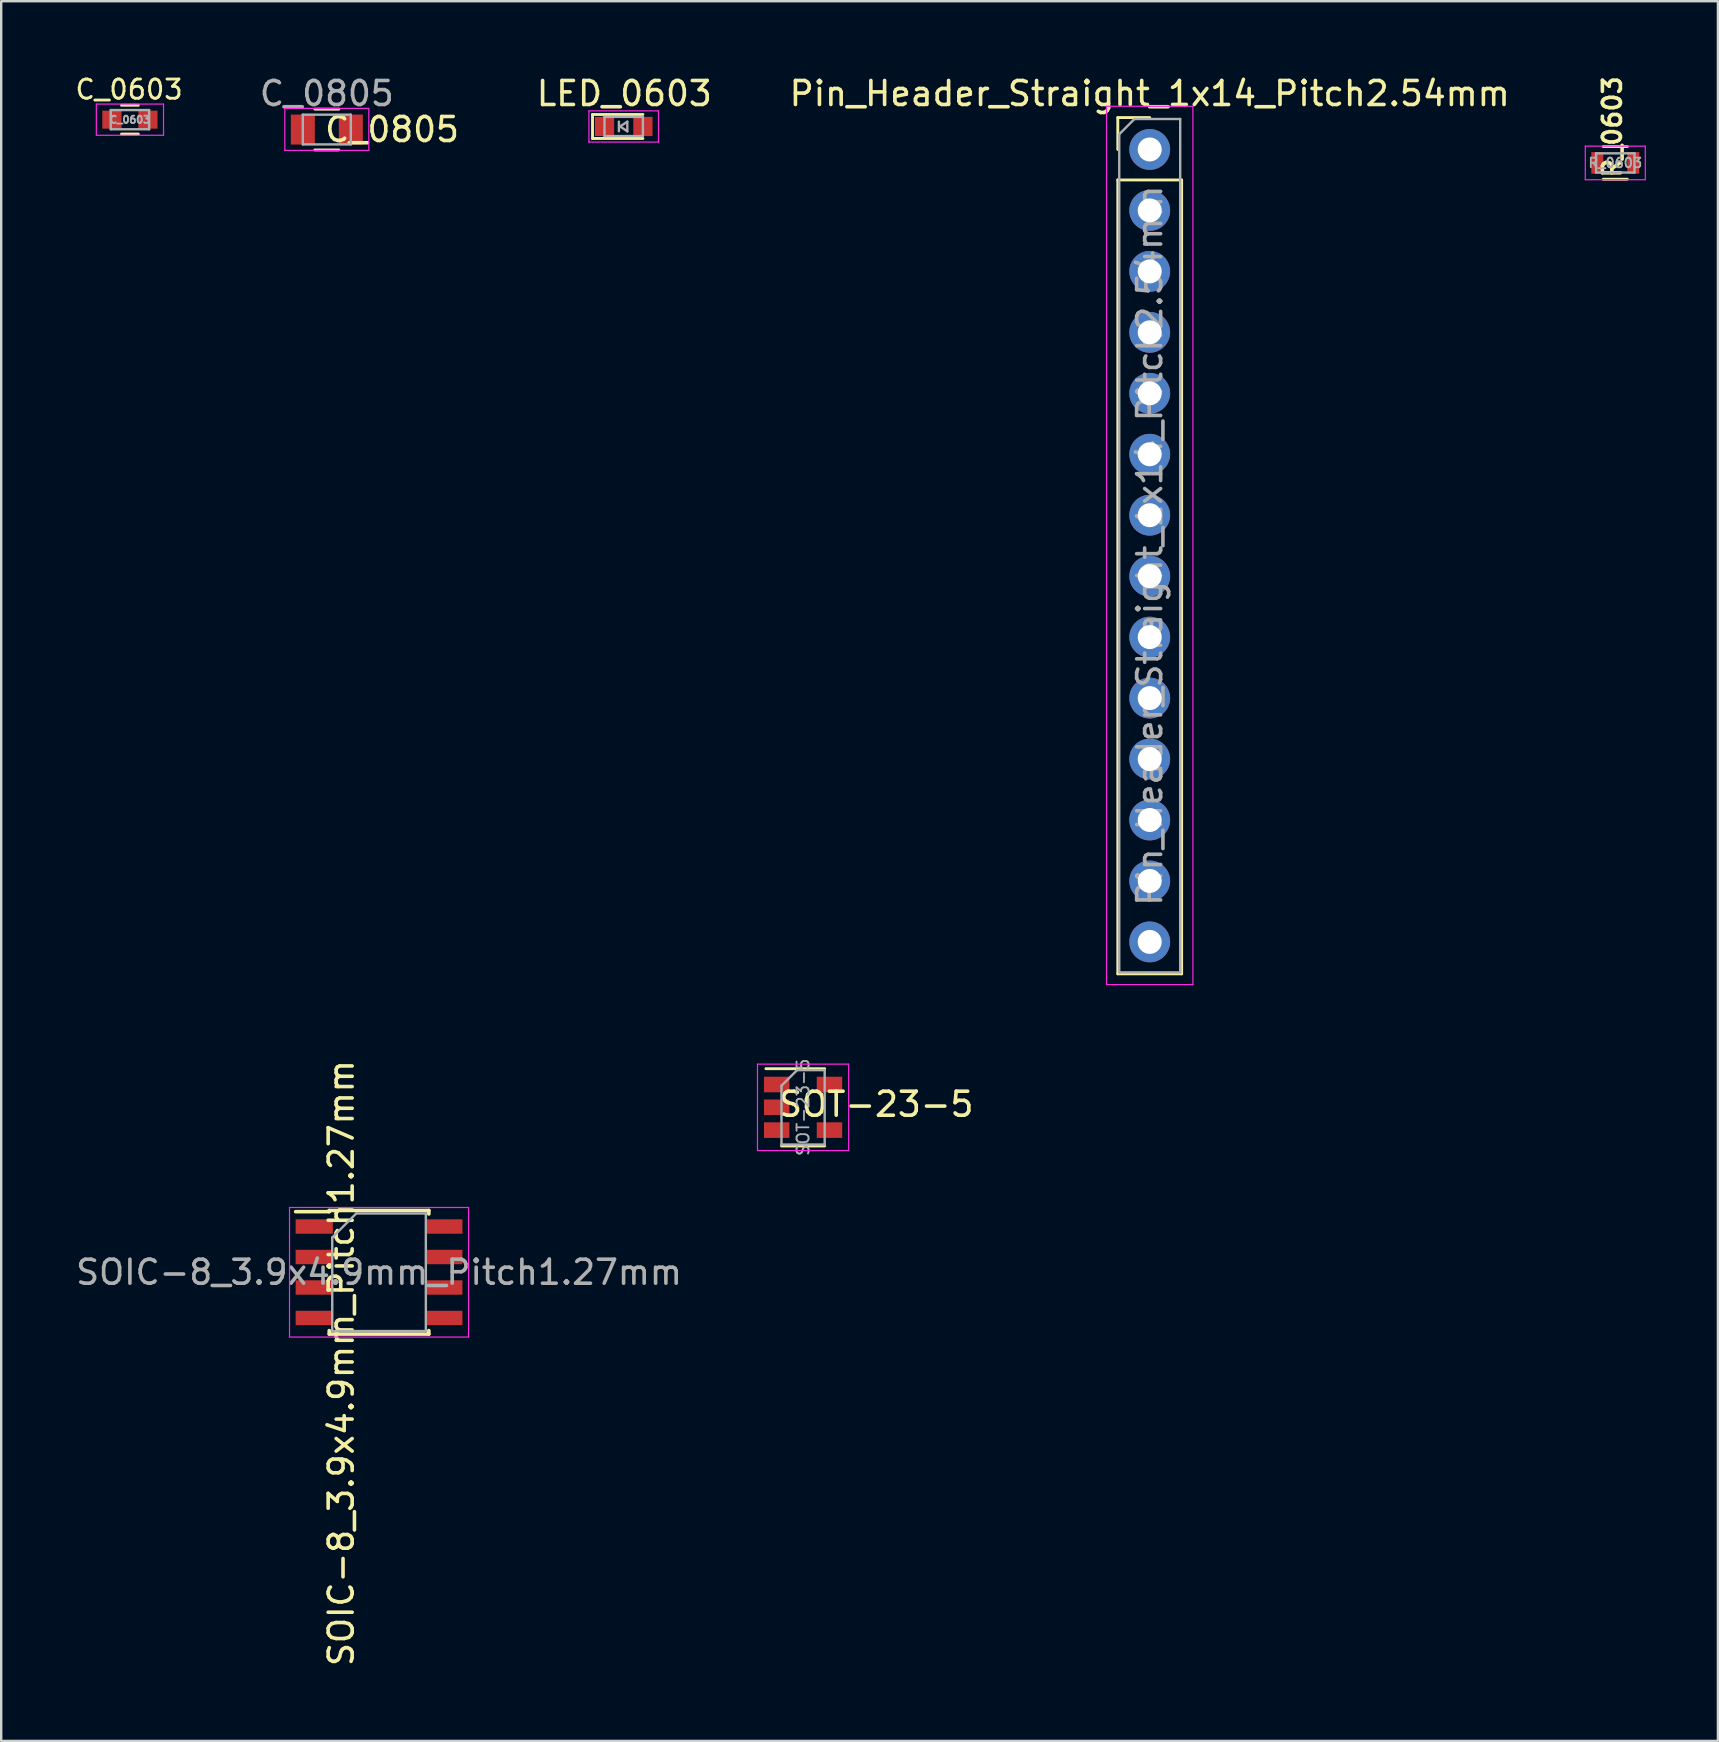
<source format=kicad_pcb>
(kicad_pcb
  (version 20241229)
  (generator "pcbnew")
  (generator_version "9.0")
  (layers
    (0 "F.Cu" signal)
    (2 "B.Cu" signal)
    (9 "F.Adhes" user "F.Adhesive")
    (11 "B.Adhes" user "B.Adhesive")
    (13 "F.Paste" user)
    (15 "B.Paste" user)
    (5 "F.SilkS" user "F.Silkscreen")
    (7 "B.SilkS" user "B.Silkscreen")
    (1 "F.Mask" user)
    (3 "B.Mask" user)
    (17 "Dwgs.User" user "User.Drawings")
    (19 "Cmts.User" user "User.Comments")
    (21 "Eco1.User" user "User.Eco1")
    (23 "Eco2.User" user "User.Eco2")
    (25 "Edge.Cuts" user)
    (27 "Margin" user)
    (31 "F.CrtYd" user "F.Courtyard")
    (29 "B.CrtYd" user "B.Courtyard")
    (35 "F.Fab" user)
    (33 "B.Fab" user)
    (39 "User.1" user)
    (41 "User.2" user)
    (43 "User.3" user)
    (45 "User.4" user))
  (footprint "Pin_Header_Straight_1x14_Pitch2.54mm"
    (layer "F.Cu")
    (at 44.857 3.178)
    (property "Reference" "Pin_Header_Straight_1x14_Pitch2.54mm" (at 0 -2.33 0) (layer "F.SilkS") (effects (font (size 1 1) (thickness 0.15))))
    (attr through_hole)
    (fp_line (start -1.33 -1.33) (end 0 -1.33) (stroke (width 0.12) (type solid)) (layer "F.SilkS"))
    (fp_line (start -1.33 0) (end -1.33 -1.33) (stroke (width 0.12) (type solid)) (layer "F.SilkS"))
    (fp_line (start -1.33 1.27) (end -1.33 34.35) (stroke (width 0.12) (type solid)) (layer "F.SilkS"))
    (fp_line (start -1.33 1.27) (end 1.33 1.27) (stroke (width 0.12) (type solid)) (layer "F.SilkS"))
    (fp_line (start -1.33 34.35) (end 1.33 34.35) (stroke (width 0.12) (type solid)) (layer "F.SilkS"))
    (fp_line (start 1.33 1.27) (end 1.33 34.35) (stroke (width 0.12) (type solid)) (layer "F.SilkS"))
    (fp_line (start -1.8 -1.8) (end -1.8 34.8) (stroke (width 0.05) (type solid)) (layer "F.CrtYd"))
    (fp_line (start -1.8 34.8) (end 1.8 34.8) (stroke (width 0.05) (type solid)) (layer "F.CrtYd"))
    (fp_line (start 1.8 -1.8) (end -1.8 -1.8) (stroke (width 0.05) (type solid)) (layer "F.CrtYd"))
    (fp_line (start 1.8 34.8) (end 1.8 -1.8) (stroke (width 0.05) (type solid)) (layer "F.CrtYd"))
    (fp_line (start -1.27 -0.635) (end -0.635 -1.27) (stroke (width 0.1) (type solid)) (layer "F.Fab"))
    (fp_line (start -1.27 34.29) (end -1.27 -0.635) (stroke (width 0.1) (type solid)) (layer "F.Fab"))
    (fp_line (start -0.635 -1.27) (end 1.27 -1.27) (stroke (width 0.1) (type solid)) (layer "F.Fab"))
    (fp_line (start 1.27 -1.27) (end 1.27 34.29) (stroke (width 0.1) (type solid)) (layer "F.Fab"))
    (fp_line (start 1.27 34.29) (end -1.27 34.29) (stroke (width 0.1) (type solid)) (layer "F.Fab"))
    (fp_text user "${REFERENCE}" (at 0 16.51 90) (layer "F.Fab") (effects (font (size 1 1) (thickness 0.15))))
    (pad "1" thru_hole circle (at 0 0) (size 1.7 1.7) (drill 1) (layers "*.Cu" "*.Mask"))
    (pad "2" thru_hole oval (at 0 2.54) (size 1.7 1.7) (drill 1) (layers "*.Cu" "*.Mask"))
    (pad "3" thru_hole oval (at 0 5.08) (size 1.7 1.7) (drill 1) (layers "*.Cu" "*.Mask"))
    (pad "4" thru_hole oval (at 0 7.62) (size 1.7 1.7) (drill 1) (layers "*.Cu" "*.Mask"))
    (pad "5" thru_hole oval (at 0 10.16) (size 1.7 1.7) (drill 1) (layers "*.Cu" "*.Mask"))
    (pad "6" thru_hole oval (at 0 12.7) (size 1.7 1.7) (drill 1) (layers "*.Cu" "*.Mask"))
    (pad "7" thru_hole oval (at 0 15.24) (size 1.7 1.7) (drill 1) (layers "*.Cu" "*.Mask"))
    (pad "8" thru_hole oval (at 0 17.78) (size 1.7 1.7) (drill 1) (layers "*.Cu" "*.Mask"))
    (pad "9" thru_hole oval (at 0 20.32) (size 1.7 1.7) (drill 1) (layers "*.Cu" "*.Mask"))
    (pad "10" thru_hole oval (at 0 22.86) (size 1.7 1.7) (drill 1) (layers "*.Cu" "*.Mask"))
    (pad "11" thru_hole oval (at 0 25.4) (size 1.7 1.7) (drill 1) (layers "*.Cu" "*.Mask"))
    (pad "12" thru_hole oval (at 0 27.94) (size 1.7 1.7) (drill 1) (layers "*.Cu" "*.Mask"))
    (pad "13" thru_hole oval (at 0 30.48) (size 1.7 1.7) (drill 1) (layers "*.Cu" "*.Mask"))
    (pad "14" thru_hole oval (at 0 33.02) (size 1.7 1.7) (drill 1) (layers "*.Cu" "*.Mask")))
  (footprint "C_0603"
    (layer "F.Cu")
    (at 2.364 1.936)
    (property "Reference" "C_0603" (at -0.036 -1.257 0) (layer "F.SilkS") (effects (font (size 0.8 0.8) (thickness 0.12))))
    (attr smd)
    (fp_line (start -0.35 -0.6) (end 0.35 -0.6) (stroke (width 0.12) (type solid)) (layer "F.SilkS"))
    (fp_line (start 0.35 0.6) (end -0.35 0.6) (stroke (width 0.12) (type solid)) (layer "F.SilkS"))
    (fp_line (start -1.4 -0.65) (end -1.4 0.65) (stroke (width 0.05) (type solid)) (layer "F.CrtYd"))
    (fp_line (start -1.4 -0.65) (end 1.4 -0.65) (stroke (width 0.05) (type solid)) (layer "F.CrtYd"))
    (fp_line (start 1.4 0.65) (end -1.4 0.65) (stroke (width 0.05) (type solid)) (layer "F.CrtYd"))
    (fp_line (start 1.4 0.65) (end 1.4 -0.65) (stroke (width 0.05) (type solid)) (layer "F.CrtYd"))
    (fp_line (start -0.8 -0.4) (end 0.8 -0.4) (stroke (width 0.1) (type solid)) (layer "F.Fab"))
    (fp_line (start -0.8 0.4) (end -0.8 -0.4) (stroke (width 0.1) (type solid)) (layer "F.Fab"))
    (fp_line (start 0.8 -0.4) (end 0.8 0.4) (stroke (width 0.1) (type solid)) (layer "F.Fab"))
    (fp_line (start 0.8 0.4) (end -0.8 0.4) (stroke (width 0.1) (type solid)) (layer "F.Fab"))
    (fp_text user "${REFERENCE}" (at 0 0 0) (layer "F.Fab") (effects (font (size 0.3 0.3) (thickness 0.075))))
    (pad "1" smd rect (at -0.75 0) (size 0.8 0.75) (layers "F.Cu" "F.Mask" "F.Paste"))
    (pad "2" smd rect (at 0.75 0) (size 0.8 0.75) (layers "F.Cu" "F.Mask" "F.Paste")))
  (footprint "R_0603"
    (layer "F.Cu")
    (at 64.257 3.738)
    (property "Reference" "R_0603" (at -0.127 -1.499 90) (layer "F.SilkS") (effects (font (size 0.75 0.75) (thickness 0.15))))
    (attr smd)
    (fp_line (start -0.5 -0.68) (end 0.5 -0.68) (stroke (width 0.12) (type solid)) (layer "F.SilkS"))
    (fp_line (start 0.5 0.68) (end -0.5 0.68) (stroke (width 0.12) (type solid)) (layer "F.SilkS"))
    (fp_line (start -1.25 -0.7) (end -1.25 0.7) (stroke (width 0.05) (type solid)) (layer "F.CrtYd"))
    (fp_line (start -1.25 -0.7) (end 1.25 -0.7) (stroke (width 0.05) (type solid)) (layer "F.CrtYd"))
    (fp_line (start 1.25 0.7) (end -1.25 0.7) (stroke (width 0.05) (type solid)) (layer "F.CrtYd"))
    (fp_line (start 1.25 0.7) (end 1.25 -0.7) (stroke (width 0.05) (type solid)) (layer "F.CrtYd"))
    (fp_line (start -0.8 -0.4) (end 0.8 -0.4) (stroke (width 0.1) (type solid)) (layer "F.Fab"))
    (fp_line (start -0.8 0.4) (end -0.8 -0.4) (stroke (width 0.1) (type solid)) (layer "F.Fab"))
    (fp_line (start 0.8 -0.4) (end 0.8 0.4) (stroke (width 0.1) (type solid)) (layer "F.Fab"))
    (fp_line (start 0.8 0.4) (end -0.8 0.4) (stroke (width 0.1) (type solid)) (layer "F.Fab"))
    (fp_text user "${REFERENCE}" (at 0 0 0) (layer "F.Fab") (effects (font (size 0.4 0.4) (thickness 0.075))))
    (pad "1" smd rect (at -0.75 0) (size 0.5 0.9) (layers "F.Cu" "F.Mask" "F.Paste"))
    (pad "2" smd rect (at 0.75 0) (size 0.5 0.9) (layers "F.Cu" "F.Mask" "F.Paste")))
  (footprint "C_0805"
    (layer "F.Cu")
    (at 10.568 2.348)
    (property "Reference" "C_0805" (at 2.718 0 0) (layer "F.SilkS") (effects (font (size 1 1) (thickness 0.15))))
    (attr smd)
    (fp_line (start -0.5 0.85) (end 0.5 0.85) (stroke (width 0.12) (type solid)) (layer "F.SilkS"))
    (fp_line (start 0.5 -0.85) (end -0.5 -0.85) (stroke (width 0.12) (type solid)) (layer "F.SilkS"))
    (fp_line (start -1.75 -0.88) (end -1.75 0.87) (stroke (width 0.05) (type solid)) (layer "F.CrtYd"))
    (fp_line (start -1.75 -0.88) (end 1.75 -0.88) (stroke (width 0.05) (type solid)) (layer "F.CrtYd"))
    (fp_line (start 1.75 0.87) (end -1.75 0.87) (stroke (width 0.05) (type solid)) (layer "F.CrtYd"))
    (fp_line (start 1.75 0.87) (end 1.75 -0.88) (stroke (width 0.05) (type solid)) (layer "F.CrtYd"))
    (fp_line (start -1 -0.62) (end 1 -0.62) (stroke (width 0.1) (type solid)) (layer "F.Fab"))
    (fp_line (start -1 0.62) (end -1 -0.62) (stroke (width 0.1) (type solid)) (layer "F.Fab"))
    (fp_line (start 1 -0.62) (end 1 0.62) (stroke (width 0.1) (type solid)) (layer "F.Fab"))
    (fp_line (start 1 0.62) (end -1 0.62) (stroke (width 0.1) (type solid)) (layer "F.Fab"))
    (fp_text user "${REFERENCE}" (at 0 -1.5 0) (layer "F.Fab") (effects (font (size 1 1) (thickness 0.15))))
    (pad "1" smd rect (at -1 0) (size 1 1.25) (layers "F.Cu" "F.Mask" "F.Paste"))
    (pad "2" smd rect (at 1 0) (size 1 1.25) (layers "F.Cu" "F.Mask" "F.Paste")))
  (footprint "SOIC-8_3.9x4.9mm_Pitch1.27mm"
    (layer "F.Cu")
    (at 12.744 49.963)
    (property "Reference" "SOIC-8_3.9x4.9mm_Pitch1.27mm" (at -1.575 3.785 90) (layer "F.SilkS") (effects (font (size 1 1) (thickness 0.15))))
    (attr smd)
    (fp_line (start -2.075 -2.575) (end -2.075 -2.525) (stroke (width 0.15) (type solid)) (layer "F.SilkS"))
    (fp_line (start -2.075 -2.575) (end 2.075 -2.575) (stroke (width 0.15) (type solid)) (layer "F.SilkS"))
    (fp_line (start -2.075 -2.525) (end -3.475 -2.525) (stroke (width 0.15) (type solid)) (layer "F.SilkS"))
    (fp_line (start -2.075 2.575) (end -2.075 2.43) (stroke (width 0.15) (type solid)) (layer "F.SilkS"))
    (fp_line (start -2.075 2.575) (end 2.075 2.575) (stroke (width 0.15) (type solid)) (layer "F.SilkS"))
    (fp_line (start 2.075 -2.575) (end 2.075 -2.43) (stroke (width 0.15) (type solid)) (layer "F.SilkS"))
    (fp_line (start 2.075 2.575) (end 2.075 2.43) (stroke (width 0.15) (type solid)) (layer "F.SilkS"))
    (fp_line (start -3.73 -2.7) (end -3.73 2.7) (stroke (width 0.05) (type solid)) (layer "F.CrtYd"))
    (fp_line (start -3.73 -2.7) (end 3.73 -2.7) (stroke (width 0.05) (type solid)) (layer "F.CrtYd"))
    (fp_line (start -3.73 2.7) (end 3.73 2.7) (stroke (width 0.05) (type solid)) (layer "F.CrtYd"))
    (fp_line (start 3.73 -2.7) (end 3.73 2.7) (stroke (width 0.05) (type solid)) (layer "F.CrtYd"))
    (fp_line (start -1.95 -1.45) (end -0.95 -2.45) (stroke (width 0.1) (type solid)) (layer "F.Fab"))
    (fp_line (start -1.95 2.45) (end -1.95 -1.45) (stroke (width 0.1) (type solid)) (layer "F.Fab"))
    (fp_line (start -0.95 -2.45) (end 1.95 -2.45) (stroke (width 0.1) (type solid)) (layer "F.Fab"))
    (fp_line (start 1.95 -2.45) (end 1.95 2.45) (stroke (width 0.1) (type solid)) (layer "F.Fab"))
    (fp_line (start 1.95 2.45) (end -1.95 2.45) (stroke (width 0.1) (type solid)) (layer "F.Fab"))
    (fp_text user "${REFERENCE}" (at 0 0 0) (layer "F.Fab") (effects (font (size 1 1) (thickness 0.15))))
    (pad "1" smd rect (at -2.7 -1.905) (size 1.55 0.6) (layers "F.Cu" "F.Mask" "F.Paste"))
    (pad "2" smd rect (at -2.7 -0.635) (size 1.55 0.6) (layers "F.Cu" "F.Mask" "F.Paste"))
    (pad "3" smd rect (at -2.7 0.635) (size 1.55 0.6) (layers "F.Cu" "F.Mask" "F.Paste"))
    (pad "4" smd rect (at -2.7 1.905) (size 1.55 0.6) (layers "F.Cu" "F.Mask" "F.Paste"))
    (pad "5" smd rect (at 2.7 1.905) (size 1.55 0.6) (layers "F.Cu" "F.Mask" "F.Paste"))
    (pad "6" smd rect (at 2.7 0.635) (size 1.55 0.6) (layers "F.Cu" "F.Mask" "F.Paste"))
    (pad "7" smd rect (at 2.7 -0.635) (size 1.55 0.6) (layers "F.Cu" "F.Mask" "F.Paste"))
    (pad "8" smd rect (at 2.7 -1.905) (size 1.55 0.6) (layers "F.Cu" "F.Mask" "F.Paste")))
  (footprint "LED_0603"
    (layer "F.Cu")
    (at 22.939 2.22)
    (property "Reference" "LED_0603" (at 0.025 -1.372 0) (layer "F.SilkS") (effects (font (size 1 1) (thickness 0.15))))
    (attr smd)
    (fp_line (start -1.3 -0.5) (end -1.3 0.5) (stroke (width 0.12) (type solid)) (layer "F.SilkS"))
    (fp_line (start -1.3 -0.5) (end 0.8 -0.5) (stroke (width 0.12) (type solid)) (layer "F.SilkS"))
    (fp_line (start -1.3 0.5) (end 0.8 0.5) (stroke (width 0.12) (type solid)) (layer "F.SilkS"))
    (fp_line (start -1.45 -0.65) (end 1.45 -0.65) (stroke (width 0.05) (type solid)) (layer "F.CrtYd"))
    (fp_line (start -1.45 0.65) (end -1.45 -0.65) (stroke (width 0.05) (type solid)) (layer "F.CrtYd"))
    (fp_line (start 1.45 -0.65) (end 1.45 0.65) (stroke (width 0.05) (type solid)) (layer "F.CrtYd"))
    (fp_line (start 1.45 0.65) (end -1.45 0.65) (stroke (width 0.05) (type solid)) (layer "F.CrtYd"))
    (fp_line (start -0.8 -0.4) (end 0.8 -0.4) (stroke (width 0.1) (type solid)) (layer "F.Fab"))
    (fp_line (start -0.8 0.4) (end -0.8 -0.4) (stroke (width 0.1) (type solid)) (layer "F.Fab"))
    (fp_line (start -0.2 -0.2) (end -0.2 0.2) (stroke (width 0.1) (type solid)) (layer "F.Fab"))
    (fp_line (start -0.15 0) (end 0.15 -0.2) (stroke (width 0.1) (type solid)) (layer "F.Fab"))
    (fp_line (start 0.15 -0.2) (end 0.15 0.2) (stroke (width 0.1) (type solid)) (layer "F.Fab"))
    (fp_line (start 0.15 0.2) (end -0.15 0) (stroke (width 0.1) (type solid)) (layer "F.Fab"))
    (fp_line (start 0.8 -0.4) (end 0.8 0.4) (stroke (width 0.1) (type solid)) (layer "F.Fab"))
    (fp_line (start 0.8 0.4) (end -0.8 0.4) (stroke (width 0.1) (type solid)) (layer "F.Fab"))
    (pad "1" smd rect (at -0.8 0 180) (size 0.8 0.8) (layers "F.Cu" "F.Mask" "F.Paste"))
    (pad "2" smd rect (at 0.8 0 180) (size 0.8 0.8) (layers "F.Cu" "F.Mask" "F.Paste")))
  (footprint "SOT-23-5"
    (layer "F.Cu")
    (at 30.413 43.09)
    (property "Reference" "SOT-23-5" (at 3.048 -0.127 0) (layer "F.SilkS") (effects (font (size 1 1) (thickness 0.15))))
    (attr smd)
    (fp_line (start -0.9 1.61) (end 0.9 1.61) (stroke (width 0.12) (type solid)) (layer "F.SilkS"))
    (fp_line (start 0.9 -1.61) (end -1.55 -1.61) (stroke (width 0.12) (type solid)) (layer "F.SilkS"))
    (fp_line (start -1.9 -1.8) (end 1.9 -1.8) (stroke (width 0.05) (type solid)) (layer "F.CrtYd"))
    (fp_line (start -1.9 1.8) (end -1.9 -1.8) (stroke (width 0.05) (type solid)) (layer "F.CrtYd"))
    (fp_line (start 1.9 -1.8) (end 1.9 1.8) (stroke (width 0.05) (type solid)) (layer "F.CrtYd"))
    (fp_line (start 1.9 1.8) (end -1.9 1.8) (stroke (width 0.05) (type solid)) (layer "F.CrtYd"))
    (fp_line (start -0.9 -0.9) (end -0.9 1.55) (stroke (width 0.1) (type solid)) (layer "F.Fab"))
    (fp_line (start -0.9 -0.9) (end -0.25 -1.55) (stroke (width 0.1) (type solid)) (layer "F.Fab"))
    (fp_line (start 0.9 -1.55) (end -0.25 -1.55) (stroke (width 0.1) (type solid)) (layer "F.Fab"))
    (fp_line (start 0.9 -1.55) (end 0.9 1.55) (stroke (width 0.1) (type solid)) (layer "F.Fab"))
    (fp_line (start 0.9 1.55) (end -0.9 1.55) (stroke (width 0.1) (type solid)) (layer "F.Fab"))
    (fp_text user "${REFERENCE}" (at 0 0 90) (layer "F.Fab") (effects (font (size 0.5 0.5) (thickness 0.075))))
    (pad "1" smd rect (at -1.1 -0.95) (size 1.06 0.65) (layers "F.Cu" "F.Mask" "F.Paste"))
    (pad "2" smd rect (at -1.1 0) (size 1.06 0.65) (layers "F.Cu" "F.Mask" "F.Paste"))
    (pad "3" smd rect (at -1.1 0.95) (size 1.06 0.65) (layers "F.Cu" "F.Mask" "F.Paste"))
    (pad "4" smd rect (at 1.1 0.95) (size 1.06 0.65) (layers "F.Cu" "F.Mask" "F.Paste"))
    (pad "5" smd rect (at 1.1 -0.95) (size 1.06 0.65) (layers "F.Cu" "F.Mask" "F.Paste")))
  (gr_rect
    (start -3 -3)
    (end 68.532 69.491)
    (stroke (width 0.1) (type default))
    (fill no)
    (layer "Edge.Cuts")))
</source>
